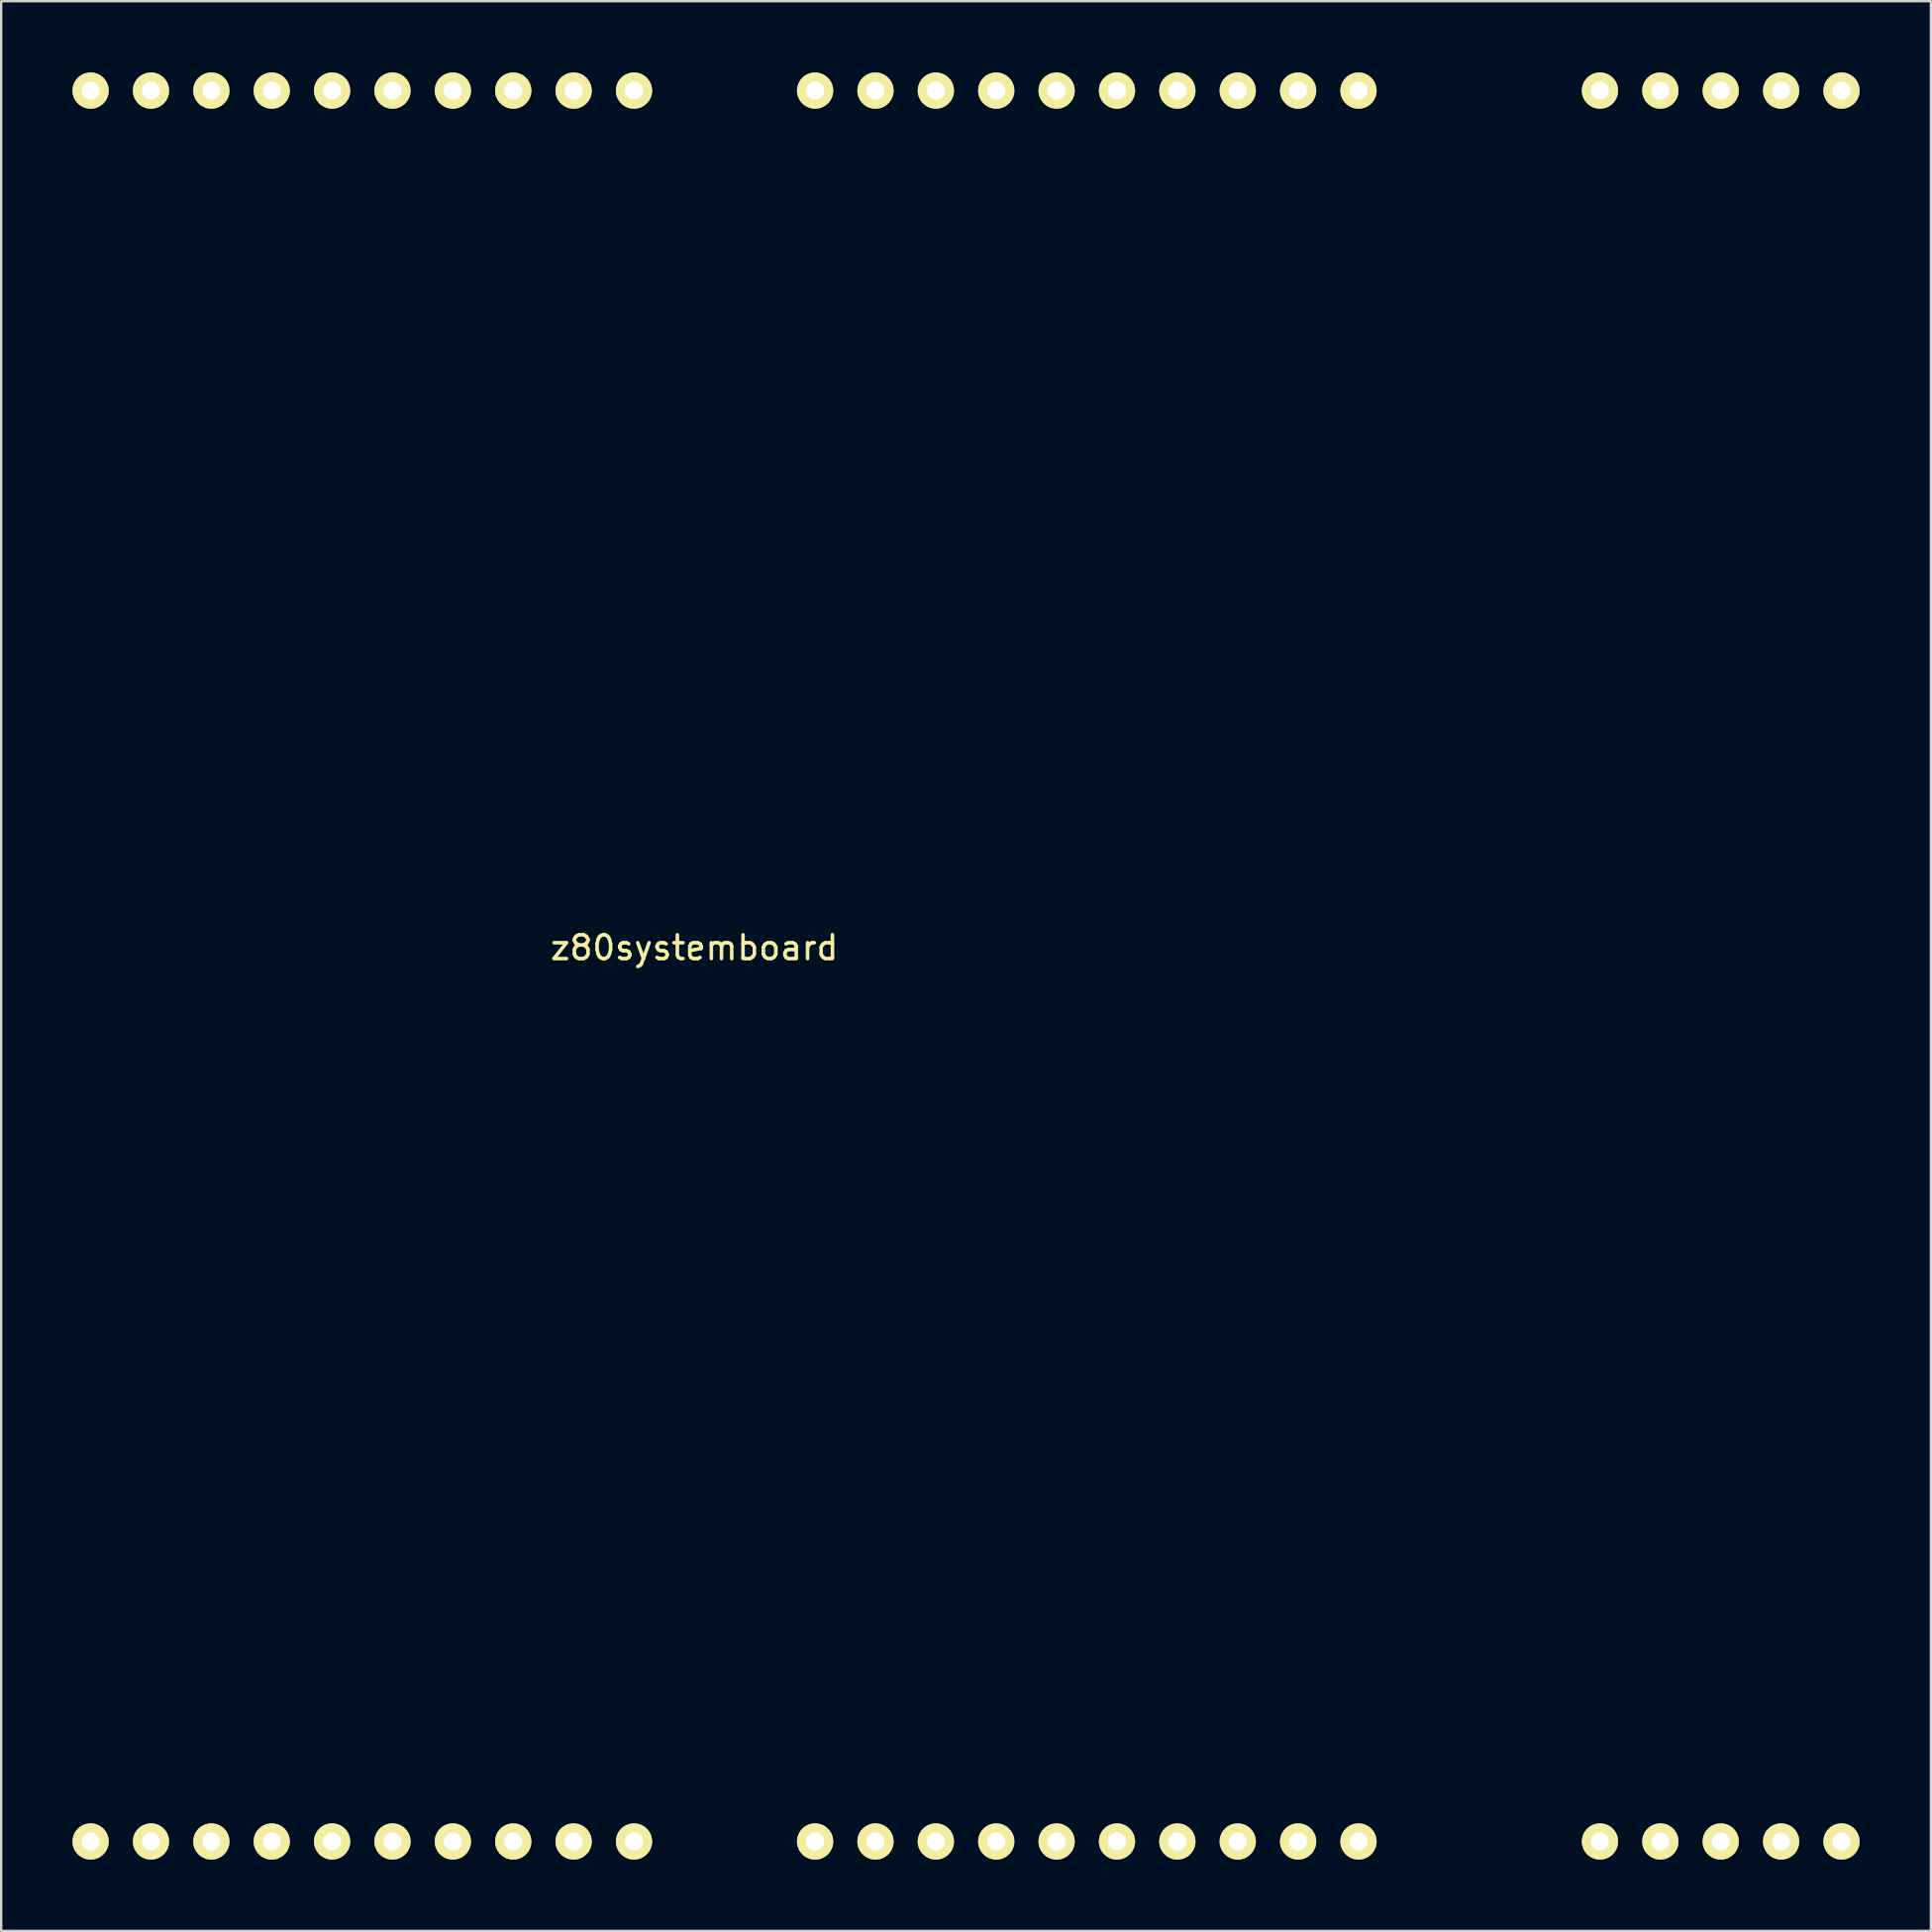
<source format=kicad_pcb>
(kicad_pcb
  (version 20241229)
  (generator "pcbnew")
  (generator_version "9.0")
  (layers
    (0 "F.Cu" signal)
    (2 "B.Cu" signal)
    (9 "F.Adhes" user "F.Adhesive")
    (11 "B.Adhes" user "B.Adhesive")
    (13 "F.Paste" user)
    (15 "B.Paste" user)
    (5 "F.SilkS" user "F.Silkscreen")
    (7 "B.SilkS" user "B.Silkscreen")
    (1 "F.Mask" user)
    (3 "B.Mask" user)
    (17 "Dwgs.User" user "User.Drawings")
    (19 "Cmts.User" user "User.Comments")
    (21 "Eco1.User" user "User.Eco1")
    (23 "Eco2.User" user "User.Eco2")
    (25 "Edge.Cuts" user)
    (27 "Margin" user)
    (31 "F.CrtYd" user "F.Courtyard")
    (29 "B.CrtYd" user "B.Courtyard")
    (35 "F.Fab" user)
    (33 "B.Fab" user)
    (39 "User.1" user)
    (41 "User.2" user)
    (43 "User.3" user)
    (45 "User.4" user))
  (footprint "z80systemboard"
    (layer "F.Cu")
    (at 26.162 36.322)
    (property "Reference" "z80systemboard" (at 0 0.5 0) (layer "F.SilkS") (effects (font (size 1 1) (thickness 0.15))))
    (attr through_hole)
    (pad "1" thru_hole circle (at 27.94 -35.56) (size 1.524 1.524) (drill 0.762) (layers "*.Cu" "*.Mask" "F.SilkS"))
    (pad "2" thru_hole circle (at 25.4 -35.56) (size 1.524 1.524) (drill 0.762) (layers "*.Cu" "*.Mask" "F.SilkS"))
    (pad "3" thru_hole circle (at 22.86 -35.56) (size 1.524 1.524) (drill 0.762) (layers "*.Cu" "*.Mask" "F.SilkS"))
    (pad "4" thru_hole circle (at 20.32 -35.56) (size 1.524 1.524) (drill 0.762) (layers "*.Cu" "*.Mask" "F.SilkS"))
    (pad "5" thru_hole circle (at 17.78 -35.56) (size 1.524 1.524) (drill 0.762) (layers "*.Cu" "*.Mask" "F.SilkS"))
    (pad "6" thru_hole circle (at 15.24 -35.56) (size 1.524 1.524) (drill 0.762) (layers "*.Cu" "*.Mask" "F.SilkS"))
    (pad "7" thru_hole circle (at 12.7 -35.56) (size 1.524 1.524) (drill 0.762) (layers "*.Cu" "*.Mask" "F.SilkS"))
    (pad "8" thru_hole circle (at 10.16 -35.56) (size 1.524 1.524) (drill 0.762) (layers "*.Cu" "*.Mask" "F.SilkS"))
    (pad "9" thru_hole circle (at 7.62 -35.56) (size 1.524 1.524) (drill 0.762) (layers "*.Cu" "*.Mask" "F.SilkS"))
    (pad "10" thru_hole circle (at 5.08 -35.56) (size 1.524 1.524) (drill 0.762) (layers "*.Cu" "*.Mask" "F.SilkS"))
    (pad "11" thru_hole circle (at -2.54 -35.56) (size 1.524 1.524) (drill 0.762) (layers "*.Cu" "*.Mask" "F.SilkS"))
    (pad "12" thru_hole circle (at -5.08 -35.56) (size 1.524 1.524) (drill 0.762) (layers "*.Cu" "*.Mask" "F.SilkS"))
    (pad "13" thru_hole circle (at -7.62 -35.56) (size 1.524 1.524) (drill 0.762) (layers "*.Cu" "*.Mask" "F.SilkS"))
    (pad "14" thru_hole circle (at -10.16 -35.56) (size 1.524 1.524) (drill 0.762) (layers "*.Cu" "*.Mask" "F.SilkS"))
    (pad "15" thru_hole circle (at -12.7 -35.56) (size 1.524 1.524) (drill 0.762) (layers "*.Cu" "*.Mask" "F.SilkS"))
    (pad "16" thru_hole circle (at -15.24 -35.56) (size 1.524 1.524) (drill 0.762) (layers "*.Cu" "*.Mask" "F.SilkS"))
    (pad "17" thru_hole circle (at -17.78 -35.56) (size 1.524 1.524) (drill 0.762) (layers "*.Cu" "*.Mask" "F.SilkS"))
    (pad "18" thru_hole circle (at -20.32 -35.56) (size 1.524 1.524) (drill 0.762) (layers "*.Cu" "*.Mask" "F.SilkS"))
    (pad "19" thru_hole circle (at -22.86 -35.56) (size 1.524 1.524) (drill 0.762) (layers "*.Cu" "*.Mask" "F.SilkS"))
    (pad "20" thru_hole circle (at -25.4 -35.56) (size 1.524 1.524) (drill 0.762) (layers "*.Cu" "*.Mask" "F.SilkS"))
    (pad "21" thru_hole circle (at -25.4 38.1) (size 1.524 1.524) (drill 0.762) (layers "*.Cu" "*.Mask" "F.SilkS"))
    (pad "22" thru_hole circle (at -22.86 38.1) (size 1.524 1.524) (drill 0.762) (layers "*.Cu" "*.Mask" "F.SilkS"))
    (pad "23" thru_hole circle (at -20.32 38.1) (size 1.524 1.524) (drill 0.762) (layers "*.Cu" "*.Mask" "F.SilkS"))
    (pad "24" thru_hole circle (at -17.78 38.1) (size 1.524 1.524) (drill 0.762) (layers "*.Cu" "*.Mask" "F.SilkS"))
    (pad "25" thru_hole circle (at -15.24 38.1) (size 1.524 1.524) (drill 0.762) (layers "*.Cu" "*.Mask" "F.SilkS"))
    (pad "26" thru_hole circle (at -12.7 38.1) (size 1.524 1.524) (drill 0.762) (layers "*.Cu" "*.Mask" "F.SilkS"))
    (pad "27" thru_hole circle (at -10.16 38.1) (size 1.524 1.524) (drill 0.762) (layers "*.Cu" "*.Mask" "F.SilkS"))
    (pad "28" thru_hole circle (at -7.62 38.1) (size 1.524 1.524) (drill 0.762) (layers "*.Cu" "*.Mask" "F.SilkS"))
    (pad "29" thru_hole circle (at -5.08 38.1) (size 1.524 1.524) (drill 0.762) (layers "*.Cu" "*.Mask" "F.SilkS"))
    (pad "30" thru_hole circle (at -2.54 38.1) (size 1.524 1.524) (drill 0.762) (layers "*.Cu" "*.Mask" "F.SilkS"))
    (pad "31" thru_hole circle (at 5.08 38.1) (size 1.524 1.524) (drill 0.762) (layers "*.Cu" "*.Mask" "F.SilkS"))
    (pad "32" thru_hole circle (at 7.62 38.1) (size 1.524 1.524) (drill 0.762) (layers "*.Cu" "*.Mask" "F.SilkS"))
    (pad "33" thru_hole circle (at 10.16 38.1) (size 1.524 1.524) (drill 0.762) (layers "*.Cu" "*.Mask" "F.SilkS"))
    (pad "34" thru_hole circle (at 12.7 38.1) (size 1.524 1.524) (drill 0.762) (layers "*.Cu" "*.Mask" "F.SilkS"))
    (pad "35" thru_hole circle (at 15.24 38.1) (size 1.524 1.524) (drill 0.762) (layers "*.Cu" "*.Mask" "F.SilkS"))
    (pad "36" thru_hole circle (at 17.78 38.1) (size 1.524 1.524) (drill 0.762) (layers "*.Cu" "*.Mask" "F.SilkS"))
    (pad "37" thru_hole circle (at 20.32 38.1) (size 1.524 1.524) (drill 0.762) (layers "*.Cu" "*.Mask" "F.SilkS"))
    (pad "38" thru_hole circle (at 22.86 38.1) (size 1.524 1.524) (drill 0.762) (layers "*.Cu" "*.Mask" "F.SilkS"))
    (pad "39" thru_hole circle (at 25.4 38.1) (size 1.524 1.524) (drill 0.762) (layers "*.Cu" "*.Mask" "F.SilkS"))
    (pad "40" thru_hole circle (at 27.94 38.1) (size 1.524 1.524) (drill 0.762) (layers "*.Cu" "*.Mask" "F.SilkS"))
    (pad "41" thru_hole circle (at 48.26 -35.56) (size 1.524 1.524) (drill 0.762) (layers "*.Cu" "*.Mask" "F.SilkS"))
    (pad "42" thru_hole circle (at 45.72 -35.56) (size 1.524 1.524) (drill 0.762) (layers "*.Cu" "*.Mask" "F.SilkS"))
    (pad "43" thru_hole circle (at 43.18 -35.56) (size 1.524 1.524) (drill 0.762) (layers "*.Cu" "*.Mask" "F.SilkS"))
    (pad "44" thru_hole circle (at 40.64 -35.56) (size 1.524 1.524) (drill 0.762) (layers "*.Cu" "*.Mask" "F.SilkS"))
    (pad "45" thru_hole circle (at 38.1 -35.56) (size 1.524 1.524) (drill 0.762) (layers "*.Cu" "*.Mask" "F.SilkS"))
    (pad "46" thru_hole circle (at 38.1 38.1) (size 1.524 1.524) (drill 0.762) (layers "*.Cu" "*.Mask" "F.SilkS"))
    (pad "47" thru_hole circle (at 40.64 38.1) (size 1.524 1.524) (drill 0.762) (layers "*.Cu" "*.Mask" "F.SilkS"))
    (pad "48" thru_hole circle (at 43.18 38.1) (size 1.524 1.524) (drill 0.762) (layers "*.Cu" "*.Mask" "F.SilkS"))
    (pad "49" thru_hole circle (at 45.72 38.1) (size 1.524 1.524) (drill 0.762) (layers "*.Cu" "*.Mask" "F.SilkS"))
    (pad "50" thru_hole circle (at 48.26 38.1) (size 1.524 1.524) (drill 0.762) (layers "*.Cu" "*.Mask" "F.SilkS")))
  (gr_rect
    (start -3 -3)
    (end 78.184 78.184)
    (stroke (width 0.1) (type default))
    (fill no)
    (layer "Edge.Cuts")))
</source>
